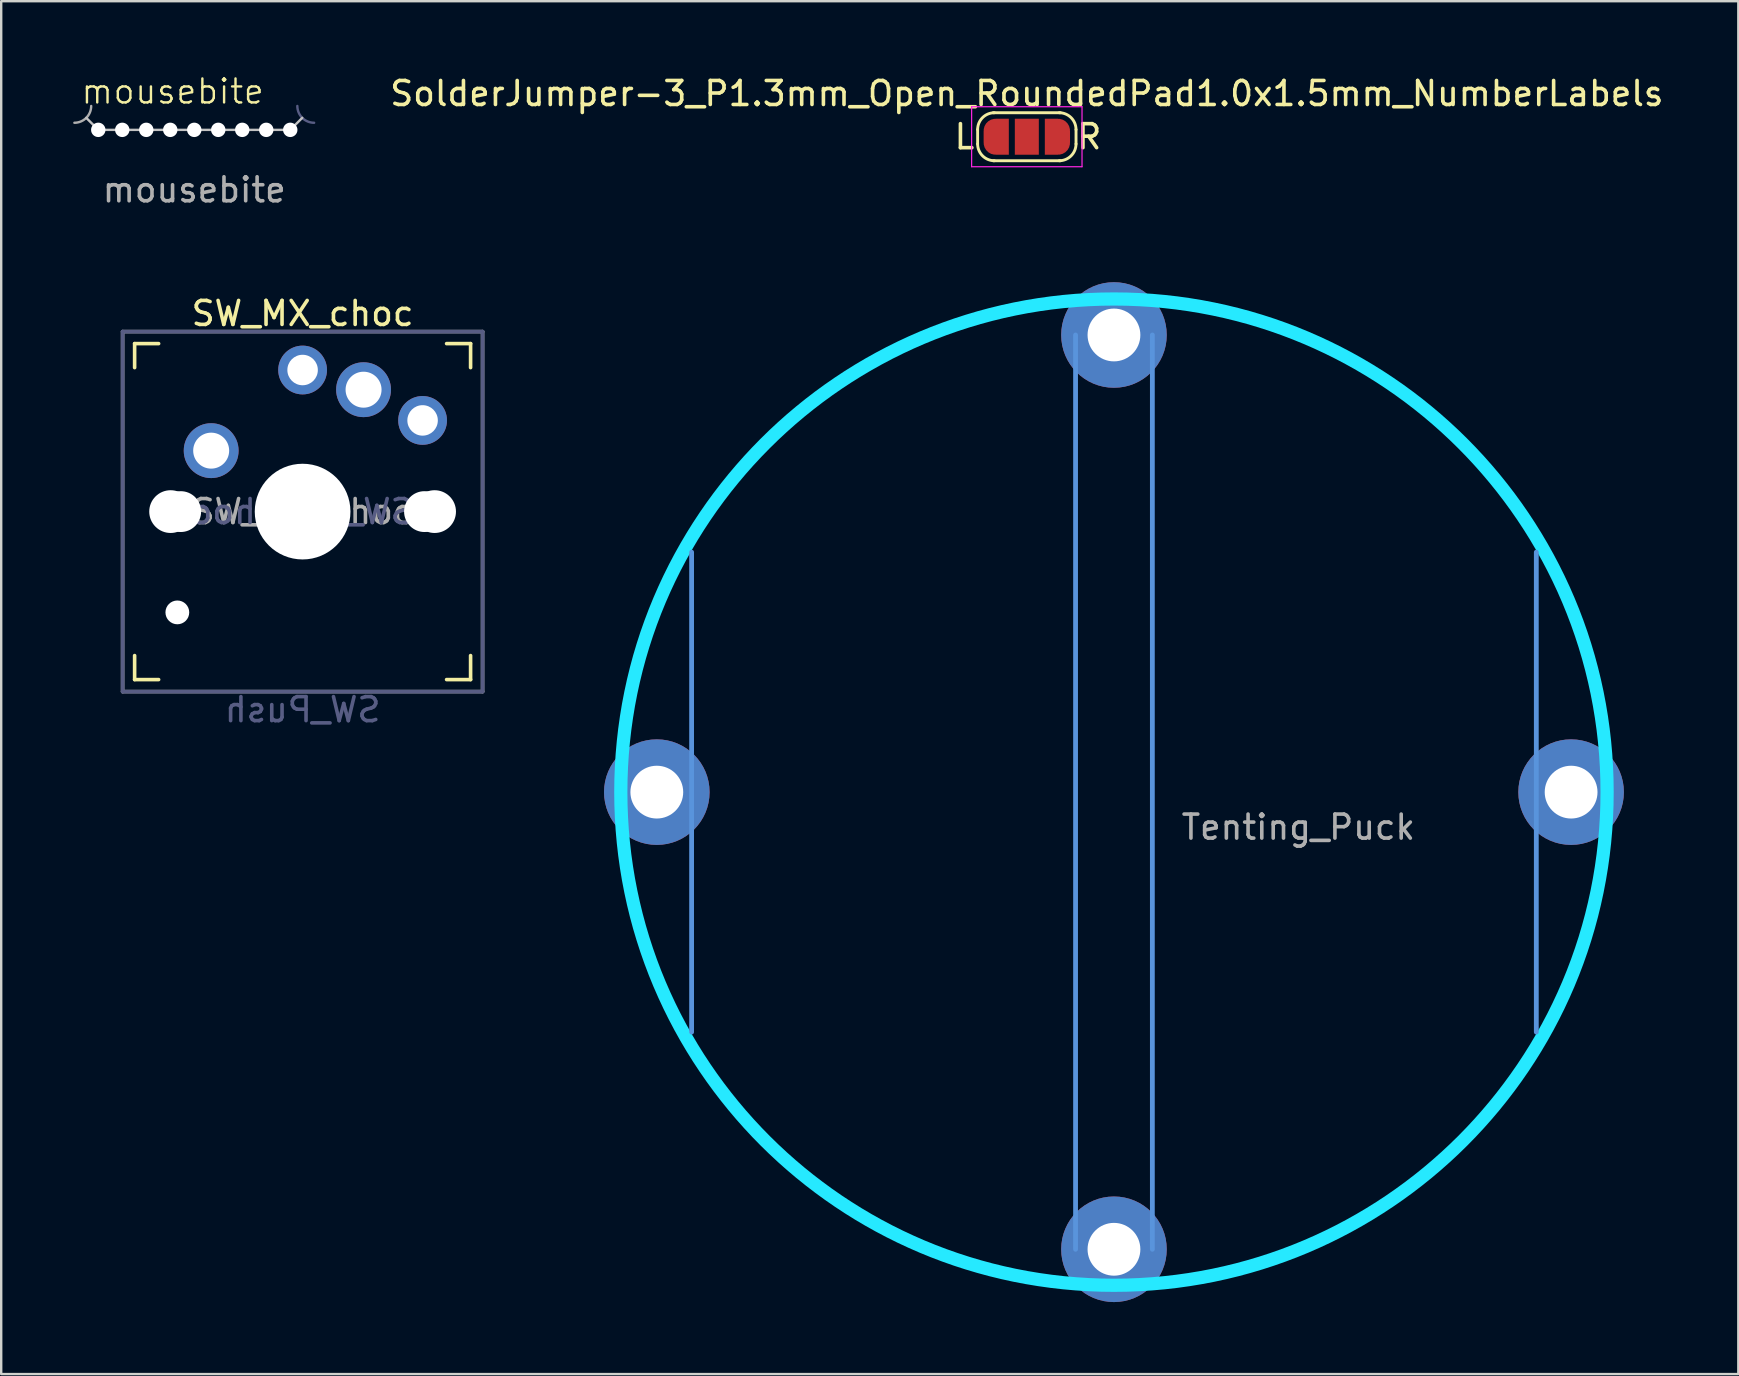
<source format=kicad_pcb>
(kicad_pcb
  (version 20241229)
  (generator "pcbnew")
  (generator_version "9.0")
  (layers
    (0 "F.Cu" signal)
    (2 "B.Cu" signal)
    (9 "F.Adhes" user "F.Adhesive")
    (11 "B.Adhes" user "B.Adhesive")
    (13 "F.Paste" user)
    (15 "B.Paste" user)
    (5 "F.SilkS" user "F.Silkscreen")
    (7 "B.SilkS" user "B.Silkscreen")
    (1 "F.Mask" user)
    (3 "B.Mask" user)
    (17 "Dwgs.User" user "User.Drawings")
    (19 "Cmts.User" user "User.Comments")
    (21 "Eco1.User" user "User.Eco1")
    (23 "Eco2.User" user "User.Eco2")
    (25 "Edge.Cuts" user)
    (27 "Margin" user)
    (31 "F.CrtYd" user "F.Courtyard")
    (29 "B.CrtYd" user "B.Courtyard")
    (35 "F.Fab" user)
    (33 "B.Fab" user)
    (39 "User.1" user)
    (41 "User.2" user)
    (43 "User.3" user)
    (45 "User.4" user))
  (footprint "mousebite"
    (layer "F.Cu")
    (at 5.045 2.361)
    (property "Reference" "mousebite" (at -0.9 -1.6 0) (unlocked yes) (layer "F.SilkS") (effects (font (size 1 1) (thickness 0.1))))
    (attr through_hole)
    (fp_line (start -4 0) (end -4.5 -0.5) (stroke (width 0.1) (type default)) (layer "Dwgs.User"))
    (fp_line (start -4 0) (end 4 0) (stroke (width 0.1) (type default)) (layer "Dwgs.User"))
    (fp_line (start 4 0) (end 4.5 -0.5) (stroke (width 0.1) (type default)) (layer "Dwgs.User"))
    (fp_arc (start 4.994975 -0.294975) (mid 4.5 -0.5) (end 4.294975 -0.994975) (stroke (width 0.1) (type default)) (layer "B.Fab"))
    (fp_arc (start -4.294975 -0.994975) (mid -4.5 -0.5) (end -4.994975 -0.294975) (stroke (width 0.1) (type default)) (layer "F.Fab"))
    (fp_text user "${REFERENCE}" (at 0 2.5 0) (unlocked yes) (layer "F.Fab") (effects (font (size 1 1) (thickness 0.15))))
    (pad "" np_thru_hole circle (at -4 0) (size 0.6 0.6) (drill 0.6) (layers "*.Cu" "*.Mask"))
    (pad "" np_thru_hole circle (at -3 0) (size 0.6 0.6) (drill 0.6) (layers "*.Cu" "*.Mask"))
    (pad "" np_thru_hole circle (at -2 0) (size 0.6 0.6) (drill 0.6) (layers "*.Cu" "*.Mask"))
    (pad "" np_thru_hole circle (at -1 0) (size 0.6 0.6) (drill 0.6) (layers "*.Cu" "*.Mask"))
    (pad "" np_thru_hole circle (at 0 0) (size 0.6 0.6) (drill 0.6) (layers "*.Cu" "*.Mask"))
    (pad "" np_thru_hole circle (at 1 0) (size 0.6 0.6) (drill 0.6) (layers "*.Cu" "*.Mask"))
    (pad "" np_thru_hole circle (at 2 0) (size 0.6 0.6) (drill 0.6) (layers "*.Cu" "*.Mask"))
    (pad "" np_thru_hole circle (at 3 0) (size 0.6 0.6) (drill 0.6) (layers "*.Cu" "*.Mask"))
    (pad "" np_thru_hole circle (at 4 0) (size 0.6 0.6) (drill 0.6) (layers "*.Cu" "*.Mask")))
  (footprint "SolderJumper-3_P1.3mm_Open_RoundedPad1.0x1.5mm_NumberLabels"
    (layer "F.Cu")
    (at 39.739 2.648)
    (property "Reference" "SolderJumper-3_P1.3mm_Open_RoundedPad1.0x1.5mm_NumberLabels" (at 0 -1.8 0) (layer "F.SilkS") (effects (font (size 1 1) (thickness 0.15))))
    (attr exclude_from_pos_files)
    (fp_line (start -2.05 0.3) (end -2.05 -0.3) (stroke (width 0.12) (type solid)) (layer "F.SilkS"))
    (fp_line (start -1.4 -1) (end 1.4 -1) (stroke (width 0.12) (type solid)) (layer "F.SilkS"))
    (fp_line (start 1.4 1) (end -1.4 1) (stroke (width 0.12) (type solid)) (layer "F.SilkS"))
    (fp_line (start 2.05 -0.3) (end 2.05 0.3) (stroke (width 0.12) (type solid)) (layer "F.SilkS"))
    (fp_arc (start -2.05 -0.3) (mid -1.844975 -0.794975) (end -1.35 -1) (stroke (width 0.12) (type solid)) (layer "F.SilkS"))
    (fp_arc (start -1.35 1) (mid -1.844975 0.794975) (end -2.05 0.3) (stroke (width 0.12) (type solid)) (layer "F.SilkS"))
    (fp_arc (start 1.35 -1) (mid 1.844975 -0.794975) (end 2.05 -0.3) (stroke (width 0.12) (type solid)) (layer "F.SilkS"))
    (fp_arc (start 2.05 0.3) (mid 1.844975 0.794975) (end 1.35 1) (stroke (width 0.12) (type solid)) (layer "F.SilkS"))
    (fp_line (start -2.3 -1.25) (end -2.3 1.25) (stroke (width 0.05) (type solid)) (layer "F.CrtYd"))
    (fp_line (start -2.3 -1.25) (end 2.3 -1.25) (stroke (width 0.05) (type solid)) (layer "F.CrtYd"))
    (fp_line (start 2.3 1.25) (end -2.3 1.25) (stroke (width 0.05) (type solid)) (layer "F.CrtYd"))
    (fp_line (start 2.3 1.25) (end 2.3 -1.25) (stroke (width 0.05) (type solid)) (layer "F.CrtYd"))
    (fp_text user "L" (at -2.6 0 0) (layer "F.SilkS") (effects (font (size 1 1) (thickness 0.15))))
    (fp_text user "R" (at 2.6 0 0) (layer "F.SilkS") (effects (font (size 1 1) (thickness 0.15))))
    (pad "1" smd custom (at -1.3 0) (size 1 0.5) (layers "F.Cu" "F.Mask") (options (anchor rect)) (primitives (gr_circle (center 0 0.25) (end 0.5 0.25) (width 0) (fill yes)) (gr_circle (center 0 -0.25) (end 0.5 -0.25) (width 0) (fill yes)) (gr_poly (pts (xy 0.55 0.75) (xy 0 0.75) (xy 0 -0.75) (xy 0.55 -0.75)) (width 0) (fill yes))))
    (pad "2" smd rect (at 0 0) (size 1 1.5) (layers "F.Cu" "F.Mask"))
    (pad "3" smd custom (at 1.3 0) (size 1 0.5) (layers "F.Cu" "F.Mask") (options (anchor rect)) (primitives (gr_circle (center 0 0.25) (end 0.5 0.25) (width 0) (fill yes)) (gr_circle (center 0 -0.25) (end 0.5 -0.25) (width 0) (fill yes)) (gr_poly (pts (xy 0 0.75) (xy -0.55 0.75) (xy -0.55 -0.75) (xy 0 -0.75)) (width 0) (fill yes)))))
  (footprint "Tenting_Puck"
    (layer "F.Cu")
    (at 43.37 29.959)
    (property "Reference" "Tenting_Puck" (at 7.684 1.46 0) (layer "F.Fab") (effects (font (size 1 1) (thickness 0.15))))
    (attr through_hole exclude_from_pos_files exclude_from_bom)
    (fp_line (start -17.6 10) (end -17.6 -10) (stroke (width 0.2) (type solid)) (layer "Cmts.User"))
    (fp_line (start -1.6 19.05) (end -1.6 -19.05) (stroke (width 0.2) (type solid)) (layer "Cmts.User"))
    (fp_line (start 1.6 19.05) (end 1.6 -19.05) (stroke (width 0.2) (type solid)) (layer "Cmts.User"))
    (fp_line (start 17.6 10) (end 17.6 -10) (stroke (width 0.2) (type solid)) (layer "Cmts.User"))
    (fp_circle (center 0 0) (end 20.55 0) (stroke (width 0.55) (type solid)) (fill no) (layer "B.CrtYd"))
    (pad "1" thru_hole circle (at -19.05 0) (size 4.4 4.4) (drill 2.2) (layers "*.Cu" "*.Mask"))
    (pad "1" thru_hole circle (at 0 -19.05) (size 4.4 4.4) (drill 2.2) (layers "*.Cu" "*.Mask"))
    (pad "1" thru_hole circle (at 0 19.05) (size 4.4 4.4) (drill 2.2) (layers "*.Cu" "*.Mask"))
    (pad "1" thru_hole circle (at 19.05 0) (size 4.4 4.4) (drill 2.2) (layers "*.Cu" "*.Mask")))
  (footprint "SW_MX_choc"
    (layer "F.Cu")
    (at 9.56 18.269)
    (property "Reference" "SW_MX_choc" (at 0 -8.255 0) (layer "F.SilkS") (effects (font (size 1 1) (thickness 0.15))))
    (property "Value" "SW_Push" (at 0 8.255 0) (layer "F.Fab") (hide yes) (effects (font (size 1 1) (thickness 0.15))))
    (attr through_hole)
    (fp_line (start -7 -7) (end -6 -7) (stroke (width 0.15) (type solid)) (layer "F.SilkS"))
    (fp_line (start -7 -6) (end -7 -7) (stroke (width 0.15) (type solid)) (layer "F.SilkS"))
    (fp_line (start -7 7) (end -7 6) (stroke (width 0.15) (type solid)) (layer "F.SilkS"))
    (fp_line (start -6 7) (end -7 7) (stroke (width 0.15) (type solid)) (layer "F.SilkS"))
    (fp_line (start 6 -7) (end 7 -7) (stroke (width 0.15) (type solid)) (layer "F.SilkS"))
    (fp_line (start 7 -7) (end 7 -6) (stroke (width 0.15) (type solid)) (layer "F.SilkS"))
    (fp_line (start 7 6) (end 7 7) (stroke (width 0.15) (type solid)) (layer "F.SilkS"))
    (fp_line (start 7 7) (end 6 7) (stroke (width 0.15) (type solid)) (layer "F.SilkS"))
    (fp_line (start -6.9 6.9) (end -6.9 -6.9) (stroke (width 0.15) (type solid)) (layer "Eco2.User"))
    (fp_line (start -6.9 6.9) (end 6.9 6.9) (stroke (width 0.15) (type solid)) (layer "Eco2.User"))
    (fp_line (start 6.9 -6.9) (end -6.9 -6.9) (stroke (width 0.15) (type solid)) (layer "Eco2.User"))
    (fp_line (start 6.9 -6.9) (end 6.9 6.9) (stroke (width 0.15) (type solid)) (layer "Eco2.User"))
    (fp_line (start -7.5 -7.5) (end 7.5 -7.5) (stroke (width 0.15) (type solid)) (layer "B.Fab"))
    (fp_line (start -7.5 7.5) (end -7.5 -7.5) (stroke (width 0.15) (type solid)) (layer "B.Fab"))
    (fp_line (start 7.5 -7.5) (end 7.5 7.5) (stroke (width 0.15) (type solid)) (layer "B.Fab"))
    (fp_line (start 7.5 7.5) (end -7.5 7.5) (stroke (width 0.15) (type solid)) (layer "B.Fab"))
    (fp_line (start -7.5 -7.5) (end 7.5 -7.5) (stroke (width 0.15) (type solid)) (layer "F.Fab"))
    (fp_line (start -7.5 7.5) (end -7.5 -7.5) (stroke (width 0.15) (type solid)) (layer "F.Fab"))
    (fp_line (start 7.5 -7.5) (end 7.5 7.5) (stroke (width 0.15) (type solid)) (layer "F.Fab"))
    (fp_line (start 7.5 7.5) (end -7.5 7.5) (stroke (width 0.15) (type solid)) (layer "F.Fab"))
    (fp_rect (start -2 2.6) (end 2 6.12) (stroke (width 0.12) (type solid)) (fill no) (layer "User.1"))
    (fp_circle (center -5.5 0) (end -4.67 0.03) (stroke (width 0.12) (type solid)) (fill no) (layer "User.1"))
    (fp_circle (center -5.225 4.2) (end -4.79 4.18) (stroke (width 0.12) (type solid)) (fill no) (layer "User.1"))
    (fp_circle (center -5.08 0) (end -4.3 0.09) (stroke (width 0.12) (type solid)) (fill no) (layer "User.1"))
    (fp_circle (center -3.813 -2.525) (end -2.72 -2.49) (stroke (width 0.12) (type solid)) (fill no) (layer "User.1"))
    (fp_circle (center 0 -5.9) (end 0.96 -5.85) (stroke (width 0.12) (type solid)) (fill no) (layer "User.1"))
    (fp_circle (center 0 0) (end 1.93 0.02) (stroke (width 0.12) (type solid)) (fill no) (layer "User.1"))
    (fp_circle (center 2.538 -5.075) (end 3.62 -5.1) (stroke (width 0.12) (type solid)) (fill no) (layer "User.1"))
    (fp_circle (center 5.014 -3.8) (end 5.97 -3.69) (stroke (width 0.12) (type solid)) (fill no) (layer "User.1"))
    (fp_circle (center 5.08 0) (end 5.87 0.04) (stroke (width 0.12) (type solid)) (fill no) (layer "User.1"))
    (fp_circle (center 5.5 0) (end 6.34 0.02) (stroke (width 0.12) (type solid)) (fill no) (layer "User.1"))
    (fp_rect (start -9.5 -9.5) (end 9.5 9.5) (stroke (width 0.12) (type solid)) (fill no) (layer "User.2"))
    (fp_text user "${REFERENCE}" (at 0 0 0) (layer "B.Fab") (effects (font (size 1 1) (thickness 0.15)) (justify mirror)))
    (fp_text user "${VALUE}" (at 0 8.255 0) (layer "B.Fab") (effects (font (size 1 1) (thickness 0.15)) (justify mirror)))
    (fp_text user "${REFERENCE}" (at 0 0 0) (layer "F.Fab") (effects (font (size 1 1) (thickness 0.15))))
    (pad "" np_thru_hole circle (at -5.5 0) (size 1.782 1.782) (drill 1.782) (layers "*.Cu" "*.Mask"))
    (pad "" np_thru_hole circle (at -5.22 4.2) (size 0.991 0.991) (drill 0.991) (layers "*.Cu" "*.Mask"))
    (pad "" np_thru_hole circle (at -5.08 0) (size 1.702 1.702) (drill 1.702) (layers "*.Cu" "*.Mask"))
    (pad "" np_thru_hole circle (at 0 0) (size 3.988 3.988) (drill 3.988) (layers "*.Cu" "*.Mask"))
    (pad "" np_thru_hole circle (at 5.08 0) (size 1.702 1.702) (drill 1.702) (layers "*.Cu" "*.Mask"))
    (pad "" np_thru_hole circle (at 5.5 0) (size 1.782 1.782) (drill 1.782) (layers "*.Cu" "*.Mask"))
    (pad "1" thru_hole circle (at -3.81 -2.54) (size 2.286 2.286) (drill 1.499) (layers "*.Cu" "*.Mask"))
    (pad "1" thru_hole circle (at 0 -5.9) (size 2.032 2.032) (drill 1.27) (layers "*.Cu" "*.Mask"))
    (pad "2" thru_hole circle (at 2.54 -5.08) (size 2.286 2.286) (drill 1.499) (layers "*.Cu" "*.Mask"))
    (pad "2" thru_hole circle (at 5 -3.8) (size 2.032 2.032) (drill 1.27) (layers "*.Cu" "*.Mask")))
  (gr_rect
    (start -3 -3)
    (end 69.388 54.209)
    (stroke (width 0.1) (type default))
    (fill no)
    (layer "Edge.Cuts")))
</source>
